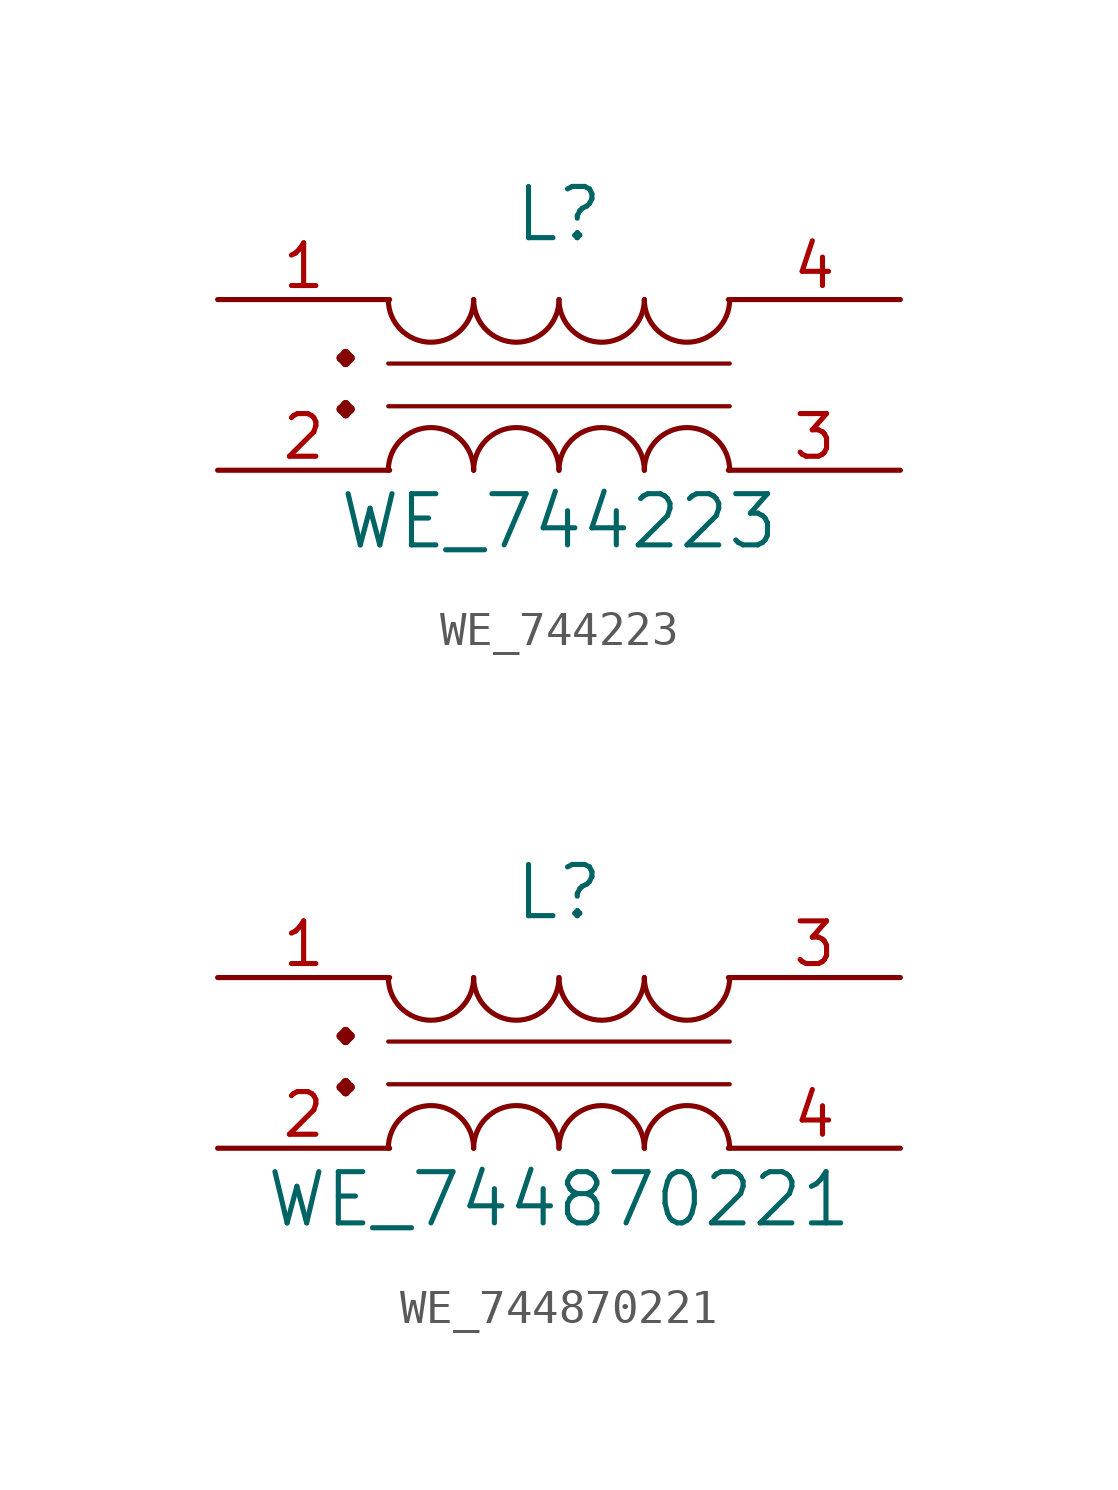
<source format=kicad_sym>
(kicad_symbol_lib
  (version 20241209)
  (generator "kicad_symbol_editor")
  (generator_version "9.0")
  (symbol "WE_744223"
    (pin_names
      (offset 0.254))
    (property "Reference" "L"
      (at 0 5.08 0)
      (effects (font (size 1.524 1.524))))
    (property "Value" "WE_744223"
      (at 0 -4.064 0)
      (effects (font (size 1.524 1.524))))
    (symbol "WE_744223_0_1"
      (polyline (pts (xy -5.08 0.635) (xy 5.08 0.635)) (stroke (width 0.127) (type default)) (fill (type none)))
      (polyline (pts (xy -5.08 -0.635) (xy 5.08 -0.635)) (stroke (width 0.127) (type default)) (fill (type none))))
    (symbol "WE_744223_1_1"
      (arc (start -2.54 2.54) (mid -3.81 1.27) (end -5.08 2.54) (stroke (width 0) (type default)) (fill (type none)))
      (arc (start -5.08 -2.54) (mid -3.81 -1.27) (end -2.54 -2.54) (stroke (width 0) (type default)) (fill (type none)))
      (arc (start 0 2.54) (mid -1.27 1.27) (end -2.54 2.54) (stroke (width 0) (type default)) (fill (type none)))
      (arc (start -2.54 -2.54) (mid -1.27 -1.27) (end 0 -2.54) (stroke (width 0) (type default)) (fill (type none)))
      (arc (start 2.54 2.54) (mid 1.27 1.27) (end 0 2.54) (stroke (width 0) (type default)) (fill (type none)))
      (arc (start 0 -2.54) (mid 1.27 -1.27) (end 2.54 -2.54) (stroke (width 0) (type default)) (fill (type none)))
      (arc (start 5.08 2.54) (mid 3.81 1.27) (end 2.54 2.54) (stroke (width 0) (type default)) (fill (type none)))
      (arc (start 2.54 -2.54) (mid 3.81 -1.27) (end 5.08 -2.54) (stroke (width 0) (type default)) (fill (type none)))
      (text "." (at -6.35 2.032 0) (effects (font (size 3 3) (thickness 0.254) (bold yes))))
      (text "." (at -6.35 0.508 0) (effects (font (size 3 3) (thickness 0.254) (bold yes))))
      (pin passive line (at -10.16 2.54 0) (length 5.12) (name "" (effects (font (size 1.27 1.27)))) (number "1" (effects (font (size 1.27 1.27)))))
      (pin passive line (at -10.16 -2.54 0) (length 5.12) (name "" (effects (font (size 1.27 1.27)))) (number "2" (effects (font (size 1.27 1.27)))))
      (pin passive line (at 10.16 2.54 180) (length 5.12) (name "" (effects (font (size 1.27 1.27)))) (number "4" (effects (font (size 1.27 1.27)))))
      (pin passive line (at 10.16 -2.54 180) (length 5.12) (name "" (effects (font (size 1.27 1.27)))) (number "3" (effects (font (size 1.27 1.27)))))))
  (symbol "WE_744870221"
    (pin_names
      (offset 0.254))
    (property "Reference" "L"
      (at 0 5.08 0)
      (effects (font (size 1.524 1.524))))
    (property "Value" "WE_744870221"
      (at 0 -4.064 0)
      (effects (font (size 1.524 1.524))))
    (symbol "WE_744870221_0_1"
      (polyline (pts (xy -5.08 0.635) (xy 5.08 0.635)) (stroke (width 0.127) (type default)) (fill (type none)))
      (polyline (pts (xy -5.08 -0.635) (xy 5.08 -0.635)) (stroke (width 0.127) (type default)) (fill (type none))))
    (symbol "WE_744870221_1_1"
      (arc (start -2.54 2.54) (mid -3.81 1.27) (end -5.08 2.54) (stroke (width 0) (type default)) (fill (type none)))
      (arc (start -5.08 -2.54) (mid -3.81 -1.27) (end -2.54 -2.54) (stroke (width 0) (type default)) (fill (type none)))
      (arc (start 0 2.54) (mid -1.27 1.27) (end -2.54 2.54) (stroke (width 0) (type default)) (fill (type none)))
      (arc (start -2.54 -2.54) (mid -1.27 -1.27) (end 0 -2.54) (stroke (width 0) (type default)) (fill (type none)))
      (arc (start 2.54 2.54) (mid 1.27 1.27) (end 0 2.54) (stroke (width 0) (type default)) (fill (type none)))
      (arc (start 0 -2.54) (mid 1.27 -1.27) (end 2.54 -2.54) (stroke (width 0) (type default)) (fill (type none)))
      (arc (start 5.08 2.54) (mid 3.81 1.27) (end 2.54 2.54) (stroke (width 0) (type default)) (fill (type none)))
      (arc (start 2.54 -2.54) (mid 3.81 -1.27) (end 5.08 -2.54) (stroke (width 0) (type default)) (fill (type none)))
      (text "." (at -6.35 2.032 0) (effects (font (size 3 3) (thickness 0.254) (bold yes))))
      (text "." (at -6.35 0.508 0) (effects (font (size 3 3) (thickness 0.254) (bold yes))))
      (pin passive line (at -10.16 2.54 0) (length 5.12) (name "" (effects (font (size 1.27 1.27)))) (number "1" (effects (font (size 1.27 1.27)))))
      (pin passive line (at -10.16 -2.54 0) (length 5.12) (name "" (effects (font (size 1.27 1.27)))) (number "2" (effects (font (size 1.27 1.27)))))
      (pin passive line (at 10.16 2.54 180) (length 5.12) (name "" (effects (font (size 1.27 1.27)))) (number "3" (effects (font (size 1.27 1.27)))))
      (pin passive line (at 10.16 -2.54 180) (length 5.12) (name "" (effects (font (size 1.27 1.27)))) (number "4" (effects (font (size 1.27 1.27))))))))
</source>
